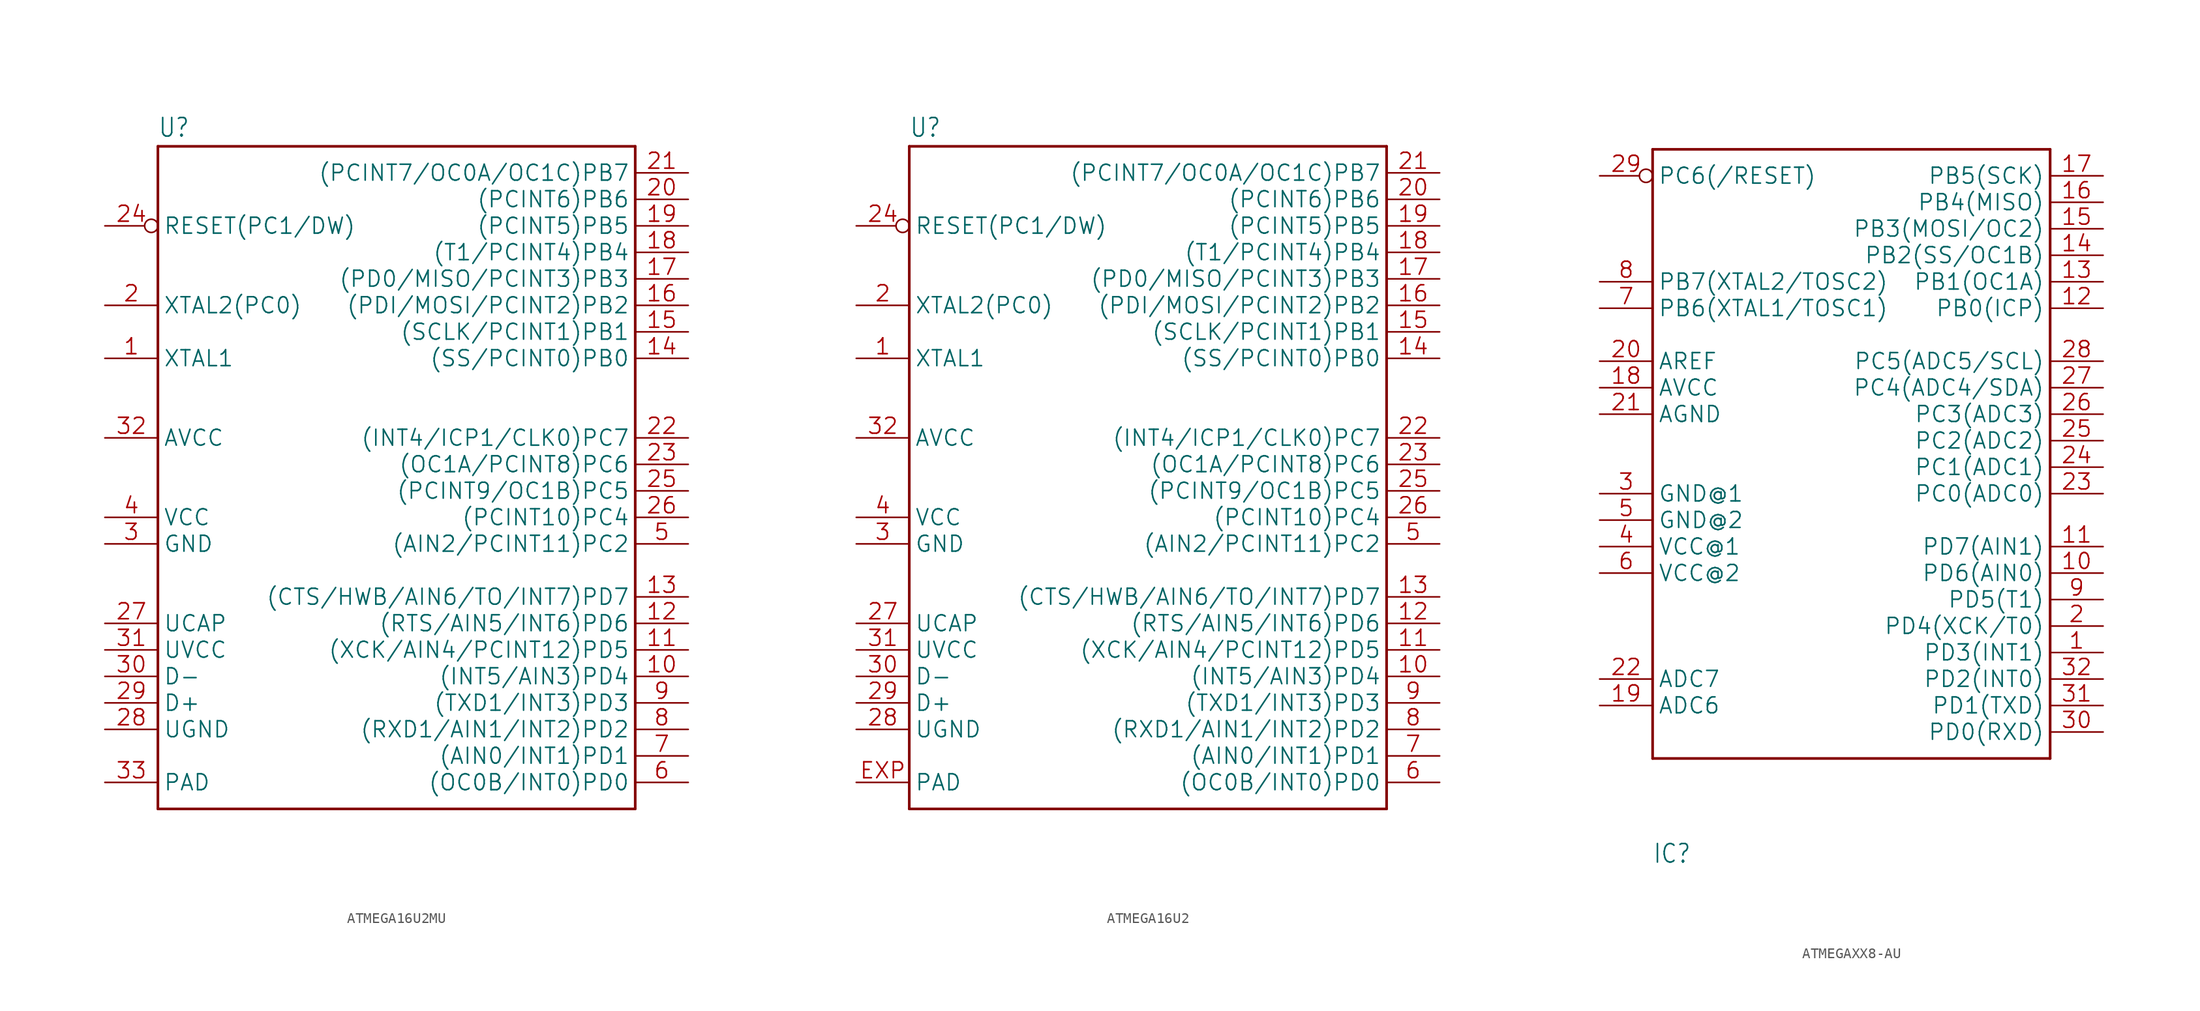
<source format=kicad_sym>
(kicad_symbol_lib
  (version 20241209)
  (generator "kicad_symbol_editor")
  (generator_version "9.0")
  (symbol "ATMEGA16U2MU"
    (property "Reference" "U"
      (at -22.86 33.782 0)
      (effects (font (size 1.778 1.511)) (justify left bottom)))
    (property "Value" ""
      (at -22.86 -33.02 0)
      (effects (font (size 1.778 1.511)) (justify left bottom)))
    (property "ki_locked" ""
      (at 0 0 0)
      (effects (font (size 1.27 1.27))))
    (symbol "ATMEGA16U2MU_1_0"
      (polyline (pts (xy -22.86 33.02) (xy 22.86 33.02)) (stroke (width 0.254) (type solid)) (fill (type none)))
      (polyline (pts (xy -22.86 -30.48) (xy -22.86 33.02)) (stroke (width 0.254) (type solid)) (fill (type none)))
      (polyline (pts (xy 22.86 33.02) (xy 22.86 -30.48)) (stroke (width 0.254) (type solid)) (fill (type none)))
      (polyline (pts (xy 22.86 -30.48) (xy -22.86 -30.48)) (stroke (width 0.254) (type solid)) (fill (type none)))
      (pin input inverted (at -27.94 25.4 0) (length 5.08) (name "RESET(PC1/DW)" (effects (font (size 1.524 1.524)))) (number "24" (effects (font (size 1.524 1.524)))))
      (pin bidirectional line (at -27.94 17.78 0) (length 5.08) (name "XTAL2(PC0)" (effects (font (size 1.524 1.524)))) (number "2" (effects (font (size 1.524 1.524)))))
      (pin bidirectional line (at -27.94 12.7 0) (length 5.08) (name "XTAL1" (effects (font (size 1.524 1.524)))) (number "1" (effects (font (size 1.524 1.524)))))
      (pin power_in line (at -27.94 5.08 0) (length 5.08) (name "AVCC" (effects (font (size 1.524 1.524)))) (number "32" (effects (font (size 1.524 1.524)))))
      (pin power_in line (at -27.94 -2.54 0) (length 5.08) (name "VCC" (effects (font (size 1.524 1.524)))) (number "4" (effects (font (size 1.524 1.524)))))
      (pin power_in line (at -27.94 -5.08 0) (length 5.08) (name "GND" (effects (font (size 1.524 1.524)))) (number "3" (effects (font (size 1.524 1.524)))))
      (pin passive line (at -27.94 -12.7 0) (length 5.08) (name "UCAP" (effects (font (size 1.524 1.524)))) (number "27" (effects (font (size 1.524 1.524)))))
      (pin power_in line (at -27.94 -15.24 0) (length 5.08) (name "UVCC" (effects (font (size 1.524 1.524)))) (number "31" (effects (font (size 1.524 1.524)))))
      (pin bidirectional line (at -27.94 -17.78 0) (length 5.08) (name "D-" (effects (font (size 1.524 1.524)))) (number "30" (effects (font (size 1.524 1.524)))))
      (pin bidirectional line (at -27.94 -20.32 0) (length 5.08) (name "D+" (effects (font (size 1.524 1.524)))) (number "29" (effects (font (size 1.524 1.524)))))
      (pin power_in line (at -27.94 -22.86 0) (length 5.08) (name "UGND" (effects (font (size 1.524 1.524)))) (number "28" (effects (font (size 1.524 1.524)))))
      (pin power_in line (at -27.94 -27.94 0) (length 5.08) (name "PAD" (effects (font (size 1.524 1.524)))) (number "33" (effects (font (size 1.524 1.524)))))
      (pin bidirectional line (at 27.94 30.48 180) (length 5.08) (name "(PCINT7/OC0A/OC1C)PB7" (effects (font (size 1.524 1.524)))) (number "21" (effects (font (size 1.524 1.524)))))
      (pin bidirectional line (at 27.94 27.94 180) (length 5.08) (name "(PCINT6)PB6" (effects (font (size 1.524 1.524)))) (number "20" (effects (font (size 1.524 1.524)))))
      (pin bidirectional line (at 27.94 25.4 180) (length 5.08) (name "(PCINT5)PB5" (effects (font (size 1.524 1.524)))) (number "19" (effects (font (size 1.524 1.524)))))
      (pin bidirectional line (at 27.94 22.86 180) (length 5.08) (name "(T1/PCINT4)PB4" (effects (font (size 1.524 1.524)))) (number "18" (effects (font (size 1.524 1.524)))))
      (pin bidirectional line (at 27.94 20.32 180) (length 5.08) (name "(PD0/MISO/PCINT3)PB3" (effects (font (size 1.524 1.524)))) (number "17" (effects (font (size 1.524 1.524)))))
      (pin bidirectional line (at 27.94 17.78 180) (length 5.08) (name "(PDI/MOSI/PCINT2)PB2" (effects (font (size 1.524 1.524)))) (number "16" (effects (font (size 1.524 1.524)))))
      (pin bidirectional line (at 27.94 15.24 180) (length 5.08) (name "(SCLK/PCINT1)PB1" (effects (font (size 1.524 1.524)))) (number "15" (effects (font (size 1.524 1.524)))))
      (pin bidirectional line (at 27.94 12.7 180) (length 5.08) (name "(SS/PCINT0)PB0" (effects (font (size 1.524 1.524)))) (number "14" (effects (font (size 1.524 1.524)))))
      (pin bidirectional line (at 27.94 5.08 180) (length 5.08) (name "(INT4/ICP1/CLK0)PC7" (effects (font (size 1.524 1.524)))) (number "22" (effects (font (size 1.524 1.524)))))
      (pin bidirectional line (at 27.94 2.54 180) (length 5.08) (name "(OC1A/PCINT8)PC6" (effects (font (size 1.524 1.524)))) (number "23" (effects (font (size 1.524 1.524)))))
      (pin bidirectional line (at 27.94 0 180) (length 5.08) (name "(PCINT9/OC1B)PC5" (effects (font (size 1.524 1.524)))) (number "25" (effects (font (size 1.524 1.524)))))
      (pin bidirectional line (at 27.94 -2.54 180) (length 5.08) (name "(PCINT10)PC4" (effects (font (size 1.524 1.524)))) (number "26" (effects (font (size 1.524 1.524)))))
      (pin bidirectional line (at 27.94 -5.08 180) (length 5.08) (name "(AIN2/PCINT11)PC2" (effects (font (size 1.524 1.524)))) (number "5" (effects (font (size 1.524 1.524)))))
      (pin bidirectional line (at 27.94 -10.16 180) (length 5.08) (name "(CTS/HWB/AIN6/TO/INT7)PD7" (effects (font (size 1.524 1.524)))) (number "13" (effects (font (size 1.524 1.524)))))
      (pin bidirectional line (at 27.94 -12.7 180) (length 5.08) (name "(RTS/AIN5/INT6)PD6" (effects (font (size 1.524 1.524)))) (number "12" (effects (font (size 1.524 1.524)))))
      (pin bidirectional line (at 27.94 -15.24 180) (length 5.08) (name "(XCK/AIN4/PCINT12)PD5" (effects (font (size 1.524 1.524)))) (number "11" (effects (font (size 1.524 1.524)))))
      (pin bidirectional line (at 27.94 -17.78 180) (length 5.08) (name "(INT5/AIN3)PD4" (effects (font (size 1.524 1.524)))) (number "10" (effects (font (size 1.524 1.524)))))
      (pin bidirectional line (at 27.94 -20.32 180) (length 5.08) (name "(TXD1/INT3)PD3" (effects (font (size 1.524 1.524)))) (number "9" (effects (font (size 1.524 1.524)))))
      (pin bidirectional line (at 27.94 -22.86 180) (length 5.08) (name "(RXD1/AIN1/INT2)PD2" (effects (font (size 1.524 1.524)))) (number "8" (effects (font (size 1.524 1.524)))))
      (pin bidirectional line (at 27.94 -25.4 180) (length 5.08) (name "(AIN0/INT1)PD1" (effects (font (size 1.524 1.524)))) (number "7" (effects (font (size 1.524 1.524)))))
      (pin bidirectional line (at 27.94 -27.94 180) (length 5.08) (name "(OC0B/INT0)PD0" (effects (font (size 1.524 1.524)))) (number "6" (effects (font (size 1.524 1.524)))))))
  (symbol "ATMEGA16U2"
    (property "Reference" "U"
      (at -22.86 33.782 0)
      (effects (font (size 1.778 1.511)) (justify left bottom)))
    (property "Value" ""
      (at -22.86 -33.02 0)
      (effects (font (size 1.778 1.511)) (justify left bottom)))
    (property "ki_locked" ""
      (at 0 0 0)
      (effects (font (size 1.27 1.27))))
    (symbol "ATMEGA16U2_1_0"
      (polyline (pts (xy -22.86 33.02) (xy 22.86 33.02)) (stroke (width 0.254) (type solid)) (fill (type none)))
      (polyline (pts (xy -22.86 -30.48) (xy -22.86 33.02)) (stroke (width 0.254) (type solid)) (fill (type none)))
      (polyline (pts (xy 22.86 33.02) (xy 22.86 -30.48)) (stroke (width 0.254) (type solid)) (fill (type none)))
      (polyline (pts (xy 22.86 -30.48) (xy -22.86 -30.48)) (stroke (width 0.254) (type solid)) (fill (type none)))
      (pin input inverted (at -27.94 25.4 0) (length 5.08) (name "RESET(PC1/DW)" (effects (font (size 1.524 1.524)))) (number "24" (effects (font (size 1.524 1.524)))))
      (pin bidirectional line (at -27.94 17.78 0) (length 5.08) (name "XTAL2(PC0)" (effects (font (size 1.524 1.524)))) (number "2" (effects (font (size 1.524 1.524)))))
      (pin bidirectional line (at -27.94 12.7 0) (length 5.08) (name "XTAL1" (effects (font (size 1.524 1.524)))) (number "1" (effects (font (size 1.524 1.524)))))
      (pin power_in line (at -27.94 5.08 0) (length 5.08) (name "AVCC" (effects (font (size 1.524 1.524)))) (number "32" (effects (font (size 1.524 1.524)))))
      (pin power_in line (at -27.94 -2.54 0) (length 5.08) (name "VCC" (effects (font (size 1.524 1.524)))) (number "4" (effects (font (size 1.524 1.524)))))
      (pin power_in line (at -27.94 -5.08 0) (length 5.08) (name "GND" (effects (font (size 1.524 1.524)))) (number "3" (effects (font (size 1.524 1.524)))))
      (pin passive line (at -27.94 -12.7 0) (length 5.08) (name "UCAP" (effects (font (size 1.524 1.524)))) (number "27" (effects (font (size 1.524 1.524)))))
      (pin power_in line (at -27.94 -15.24 0) (length 5.08) (name "UVCC" (effects (font (size 1.524 1.524)))) (number "31" (effects (font (size 1.524 1.524)))))
      (pin bidirectional line (at -27.94 -17.78 0) (length 5.08) (name "D-" (effects (font (size 1.524 1.524)))) (number "30" (effects (font (size 1.524 1.524)))))
      (pin bidirectional line (at -27.94 -20.32 0) (length 5.08) (name "D+" (effects (font (size 1.524 1.524)))) (number "29" (effects (font (size 1.524 1.524)))))
      (pin power_in line (at -27.94 -22.86 0) (length 5.08) (name "UGND" (effects (font (size 1.524 1.524)))) (number "28" (effects (font (size 1.524 1.524)))))
      (pin power_in line (at -27.94 -27.94 0) (length 5.08) (name "PAD" (effects (font (size 1.524 1.524)))) (number "EXP" (effects (font (size 1.524 1.524)))))
      (pin bidirectional line (at 27.94 30.48 180) (length 5.08) (name "(PCINT7/OC0A/OC1C)PB7" (effects (font (size 1.524 1.524)))) (number "21" (effects (font (size 1.524 1.524)))))
      (pin bidirectional line (at 27.94 27.94 180) (length 5.08) (name "(PCINT6)PB6" (effects (font (size 1.524 1.524)))) (number "20" (effects (font (size 1.524 1.524)))))
      (pin bidirectional line (at 27.94 25.4 180) (length 5.08) (name "(PCINT5)PB5" (effects (font (size 1.524 1.524)))) (number "19" (effects (font (size 1.524 1.524)))))
      (pin bidirectional line (at 27.94 22.86 180) (length 5.08) (name "(T1/PCINT4)PB4" (effects (font (size 1.524 1.524)))) (number "18" (effects (font (size 1.524 1.524)))))
      (pin bidirectional line (at 27.94 20.32 180) (length 5.08) (name "(PD0/MISO/PCINT3)PB3" (effects (font (size 1.524 1.524)))) (number "17" (effects (font (size 1.524 1.524)))))
      (pin bidirectional line (at 27.94 17.78 180) (length 5.08) (name "(PDI/MOSI/PCINT2)PB2" (effects (font (size 1.524 1.524)))) (number "16" (effects (font (size 1.524 1.524)))))
      (pin bidirectional line (at 27.94 15.24 180) (length 5.08) (name "(SCLK/PCINT1)PB1" (effects (font (size 1.524 1.524)))) (number "15" (effects (font (size 1.524 1.524)))))
      (pin bidirectional line (at 27.94 12.7 180) (length 5.08) (name "(SS/PCINT0)PB0" (effects (font (size 1.524 1.524)))) (number "14" (effects (font (size 1.524 1.524)))))
      (pin bidirectional line (at 27.94 5.08 180) (length 5.08) (name "(INT4/ICP1/CLK0)PC7" (effects (font (size 1.524 1.524)))) (number "22" (effects (font (size 1.524 1.524)))))
      (pin bidirectional line (at 27.94 2.54 180) (length 5.08) (name "(OC1A/PCINT8)PC6" (effects (font (size 1.524 1.524)))) (number "23" (effects (font (size 1.524 1.524)))))
      (pin bidirectional line (at 27.94 0 180) (length 5.08) (name "(PCINT9/OC1B)PC5" (effects (font (size 1.524 1.524)))) (number "25" (effects (font (size 1.524 1.524)))))
      (pin bidirectional line (at 27.94 -2.54 180) (length 5.08) (name "(PCINT10)PC4" (effects (font (size 1.524 1.524)))) (number "26" (effects (font (size 1.524 1.524)))))
      (pin bidirectional line (at 27.94 -5.08 180) (length 5.08) (name "(AIN2/PCINT11)PC2" (effects (font (size 1.524 1.524)))) (number "5" (effects (font (size 1.524 1.524)))))
      (pin bidirectional line (at 27.94 -10.16 180) (length 5.08) (name "(CTS/HWB/AIN6/TO/INT7)PD7" (effects (font (size 1.524 1.524)))) (number "13" (effects (font (size 1.524 1.524)))))
      (pin bidirectional line (at 27.94 -12.7 180) (length 5.08) (name "(RTS/AIN5/INT6)PD6" (effects (font (size 1.524 1.524)))) (number "12" (effects (font (size 1.524 1.524)))))
      (pin bidirectional line (at 27.94 -15.24 180) (length 5.08) (name "(XCK/AIN4/PCINT12)PD5" (effects (font (size 1.524 1.524)))) (number "11" (effects (font (size 1.524 1.524)))))
      (pin bidirectional line (at 27.94 -17.78 180) (length 5.08) (name "(INT5/AIN3)PD4" (effects (font (size 1.524 1.524)))) (number "10" (effects (font (size 1.524 1.524)))))
      (pin bidirectional line (at 27.94 -20.32 180) (length 5.08) (name "(TXD1/INT3)PD3" (effects (font (size 1.524 1.524)))) (number "9" (effects (font (size 1.524 1.524)))))
      (pin bidirectional line (at 27.94 -22.86 180) (length 5.08) (name "(RXD1/AIN1/INT2)PD2" (effects (font (size 1.524 1.524)))) (number "8" (effects (font (size 1.524 1.524)))))
      (pin bidirectional line (at 27.94 -25.4 180) (length 5.08) (name "(AIN0/INT1)PD1" (effects (font (size 1.524 1.524)))) (number "7" (effects (font (size 1.524 1.524)))))
      (pin bidirectional line (at 27.94 -27.94 180) (length 5.08) (name "(OC0B/INT0)PD0" (effects (font (size 1.524 1.524)))) (number "6" (effects (font (size 1.524 1.524)))))))
  (symbol "ATMEGAXX8-AU"
    (property "Reference" "IC"
      (at -17.78 -40.64 0)
      (effects (font (size 1.778 1.511)) (justify left bottom)))
    (property "Value" ""
      (at -5.08 30.48 0)
      (effects (font (size 1.778 1.511)) (justify left bottom)))
    (property "ki_locked" ""
      (at 0 0 0)
      (effects (font (size 1.27 1.27))))
    (symbol "ATMEGAXX8-AU_1_0"
      (polyline (pts (xy -17.78 27.94) (xy 20.32 27.94)) (stroke (width 0.254) (type solid)) (fill (type none)))
      (polyline (pts (xy -17.78 -30.48) (xy -17.78 27.94)) (stroke (width 0.254) (type solid)) (fill (type none)))
      (polyline (pts (xy 20.32 27.94) (xy 20.32 -30.48)) (stroke (width 0.254) (type solid)) (fill (type none)))
      (polyline (pts (xy 20.32 -30.48) (xy -17.78 -30.48)) (stroke (width 0.254) (type solid)) (fill (type none)))
      (pin bidirectional inverted (at -22.86 25.4 0) (length 5.08) (name "PC6(/RESET)" (effects (font (size 1.524 1.524)))) (number "29" (effects (font (size 1.524 1.524)))))
      (pin bidirectional line (at -22.86 15.24 0) (length 5.08) (name "PB7(XTAL2/TOSC2)" (effects (font (size 1.524 1.524)))) (number "8" (effects (font (size 1.524 1.524)))))
      (pin bidirectional line (at -22.86 12.7 0) (length 5.08) (name "PB6(XTAL1/TOSC1)" (effects (font (size 1.524 1.524)))) (number "7" (effects (font (size 1.524 1.524)))))
      (pin bidirectional line (at -22.86 7.62 0) (length 5.08) (name "AREF" (effects (font (size 1.524 1.524)))) (number "20" (effects (font (size 1.524 1.524)))))
      (pin bidirectional line (at -22.86 5.08 0) (length 5.08) (name "AVCC" (effects (font (size 1.524 1.524)))) (number "18" (effects (font (size 1.524 1.524)))))
      (pin bidirectional line (at -22.86 2.54 0) (length 5.08) (name "AGND" (effects (font (size 1.524 1.524)))) (number "21" (effects (font (size 1.524 1.524)))))
      (pin bidirectional line (at -22.86 -5.08 0) (length 5.08) (name "GND@1" (effects (font (size 1.524 1.524)))) (number "3" (effects (font (size 1.524 1.524)))))
      (pin bidirectional line (at -22.86 -7.62 0) (length 5.08) (name "GND@2" (effects (font (size 1.524 1.524)))) (number "5" (effects (font (size 1.524 1.524)))))
      (pin bidirectional line (at -22.86 -10.16 0) (length 5.08) (name "VCC@1" (effects (font (size 1.524 1.524)))) (number "4" (effects (font (size 1.524 1.524)))))
      (pin bidirectional line (at -22.86 -12.7 0) (length 5.08) (name "VCC@2" (effects (font (size 1.524 1.524)))) (number "6" (effects (font (size 1.524 1.524)))))
      (pin bidirectional line (at -22.86 -22.86 0) (length 5.08) (name "ADC7" (effects (font (size 1.524 1.524)))) (number "22" (effects (font (size 1.524 1.524)))))
      (pin bidirectional line (at -22.86 -25.4 0) (length 5.08) (name "ADC6" (effects (font (size 1.524 1.524)))) (number "19" (effects (font (size 1.524 1.524)))))
      (pin bidirectional line (at 25.4 25.4 180) (length 5.08) (name "PB5(SCK)" (effects (font (size 1.524 1.524)))) (number "17" (effects (font (size 1.524 1.524)))))
      (pin bidirectional line (at 25.4 22.86 180) (length 5.08) (name "PB4(MISO)" (effects (font (size 1.524 1.524)))) (number "16" (effects (font (size 1.524 1.524)))))
      (pin bidirectional line (at 25.4 20.32 180) (length 5.08) (name "PB3(MOSI/OC2)" (effects (font (size 1.524 1.524)))) (number "15" (effects (font (size 1.524 1.524)))))
      (pin bidirectional line (at 25.4 17.78 180) (length 5.08) (name "PB2(SS/OC1B)" (effects (font (size 1.524 1.524)))) (number "14" (effects (font (size 1.524 1.524)))))
      (pin bidirectional line (at 25.4 15.24 180) (length 5.08) (name "PB1(OC1A)" (effects (font (size 1.524 1.524)))) (number "13" (effects (font (size 1.524 1.524)))))
      (pin bidirectional line (at 25.4 12.7 180) (length 5.08) (name "PB0(ICP)" (effects (font (size 1.524 1.524)))) (number "12" (effects (font (size 1.524 1.524)))))
      (pin bidirectional line (at 25.4 7.62 180) (length 5.08) (name "PC5(ADC5/SCL)" (effects (font (size 1.524 1.524)))) (number "28" (effects (font (size 1.524 1.524)))))
      (pin bidirectional line (at 25.4 5.08 180) (length 5.08) (name "PC4(ADC4/SDA)" (effects (font (size 1.524 1.524)))) (number "27" (effects (font (size 1.524 1.524)))))
      (pin bidirectional line (at 25.4 2.54 180) (length 5.08) (name "PC3(ADC3)" (effects (font (size 1.524 1.524)))) (number "26" (effects (font (size 1.524 1.524)))))
      (pin bidirectional line (at 25.4 0 180) (length 5.08) (name "PC2(ADC2)" (effects (font (size 1.524 1.524)))) (number "25" (effects (font (size 1.524 1.524)))))
      (pin bidirectional line (at 25.4 -2.54 180) (length 5.08) (name "PC1(ADC1)" (effects (font (size 1.524 1.524)))) (number "24" (effects (font (size 1.524 1.524)))))
      (pin bidirectional line (at 25.4 -5.08 180) (length 5.08) (name "PC0(ADC0)" (effects (font (size 1.524 1.524)))) (number "23" (effects (font (size 1.524 1.524)))))
      (pin bidirectional line (at 25.4 -10.16 180) (length 5.08) (name "PD7(AIN1)" (effects (font (size 1.524 1.524)))) (number "11" (effects (font (size 1.524 1.524)))))
      (pin bidirectional line (at 25.4 -12.7 180) (length 5.08) (name "PD6(AIN0)" (effects (font (size 1.524 1.524)))) (number "10" (effects (font (size 1.524 1.524)))))
      (pin bidirectional line (at 25.4 -15.24 180) (length 5.08) (name "PD5(T1)" (effects (font (size 1.524 1.524)))) (number "9" (effects (font (size 1.524 1.524)))))
      (pin bidirectional line (at 25.4 -17.78 180) (length 5.08) (name "PD4(XCK/T0)" (effects (font (size 1.524 1.524)))) (number "2" (effects (font (size 1.524 1.524)))))
      (pin bidirectional line (at 25.4 -20.32 180) (length 5.08) (name "PD3(INT1)" (effects (font (size 1.524 1.524)))) (number "1" (effects (font (size 1.524 1.524)))))
      (pin bidirectional line (at 25.4 -22.86 180) (length 5.08) (name "PD2(INT0)" (effects (font (size 1.524 1.524)))) (number "32" (effects (font (size 1.524 1.524)))))
      (pin bidirectional line (at 25.4 -25.4 180) (length 5.08) (name "PD1(TXD)" (effects (font (size 1.524 1.524)))) (number "31" (effects (font (size 1.524 1.524)))))
      (pin bidirectional line (at 25.4 -27.94 180) (length 5.08) (name "PD0(RXD)" (effects (font (size 1.524 1.524)))) (number "30" (effects (font (size 1.524 1.524))))))))
</source>
